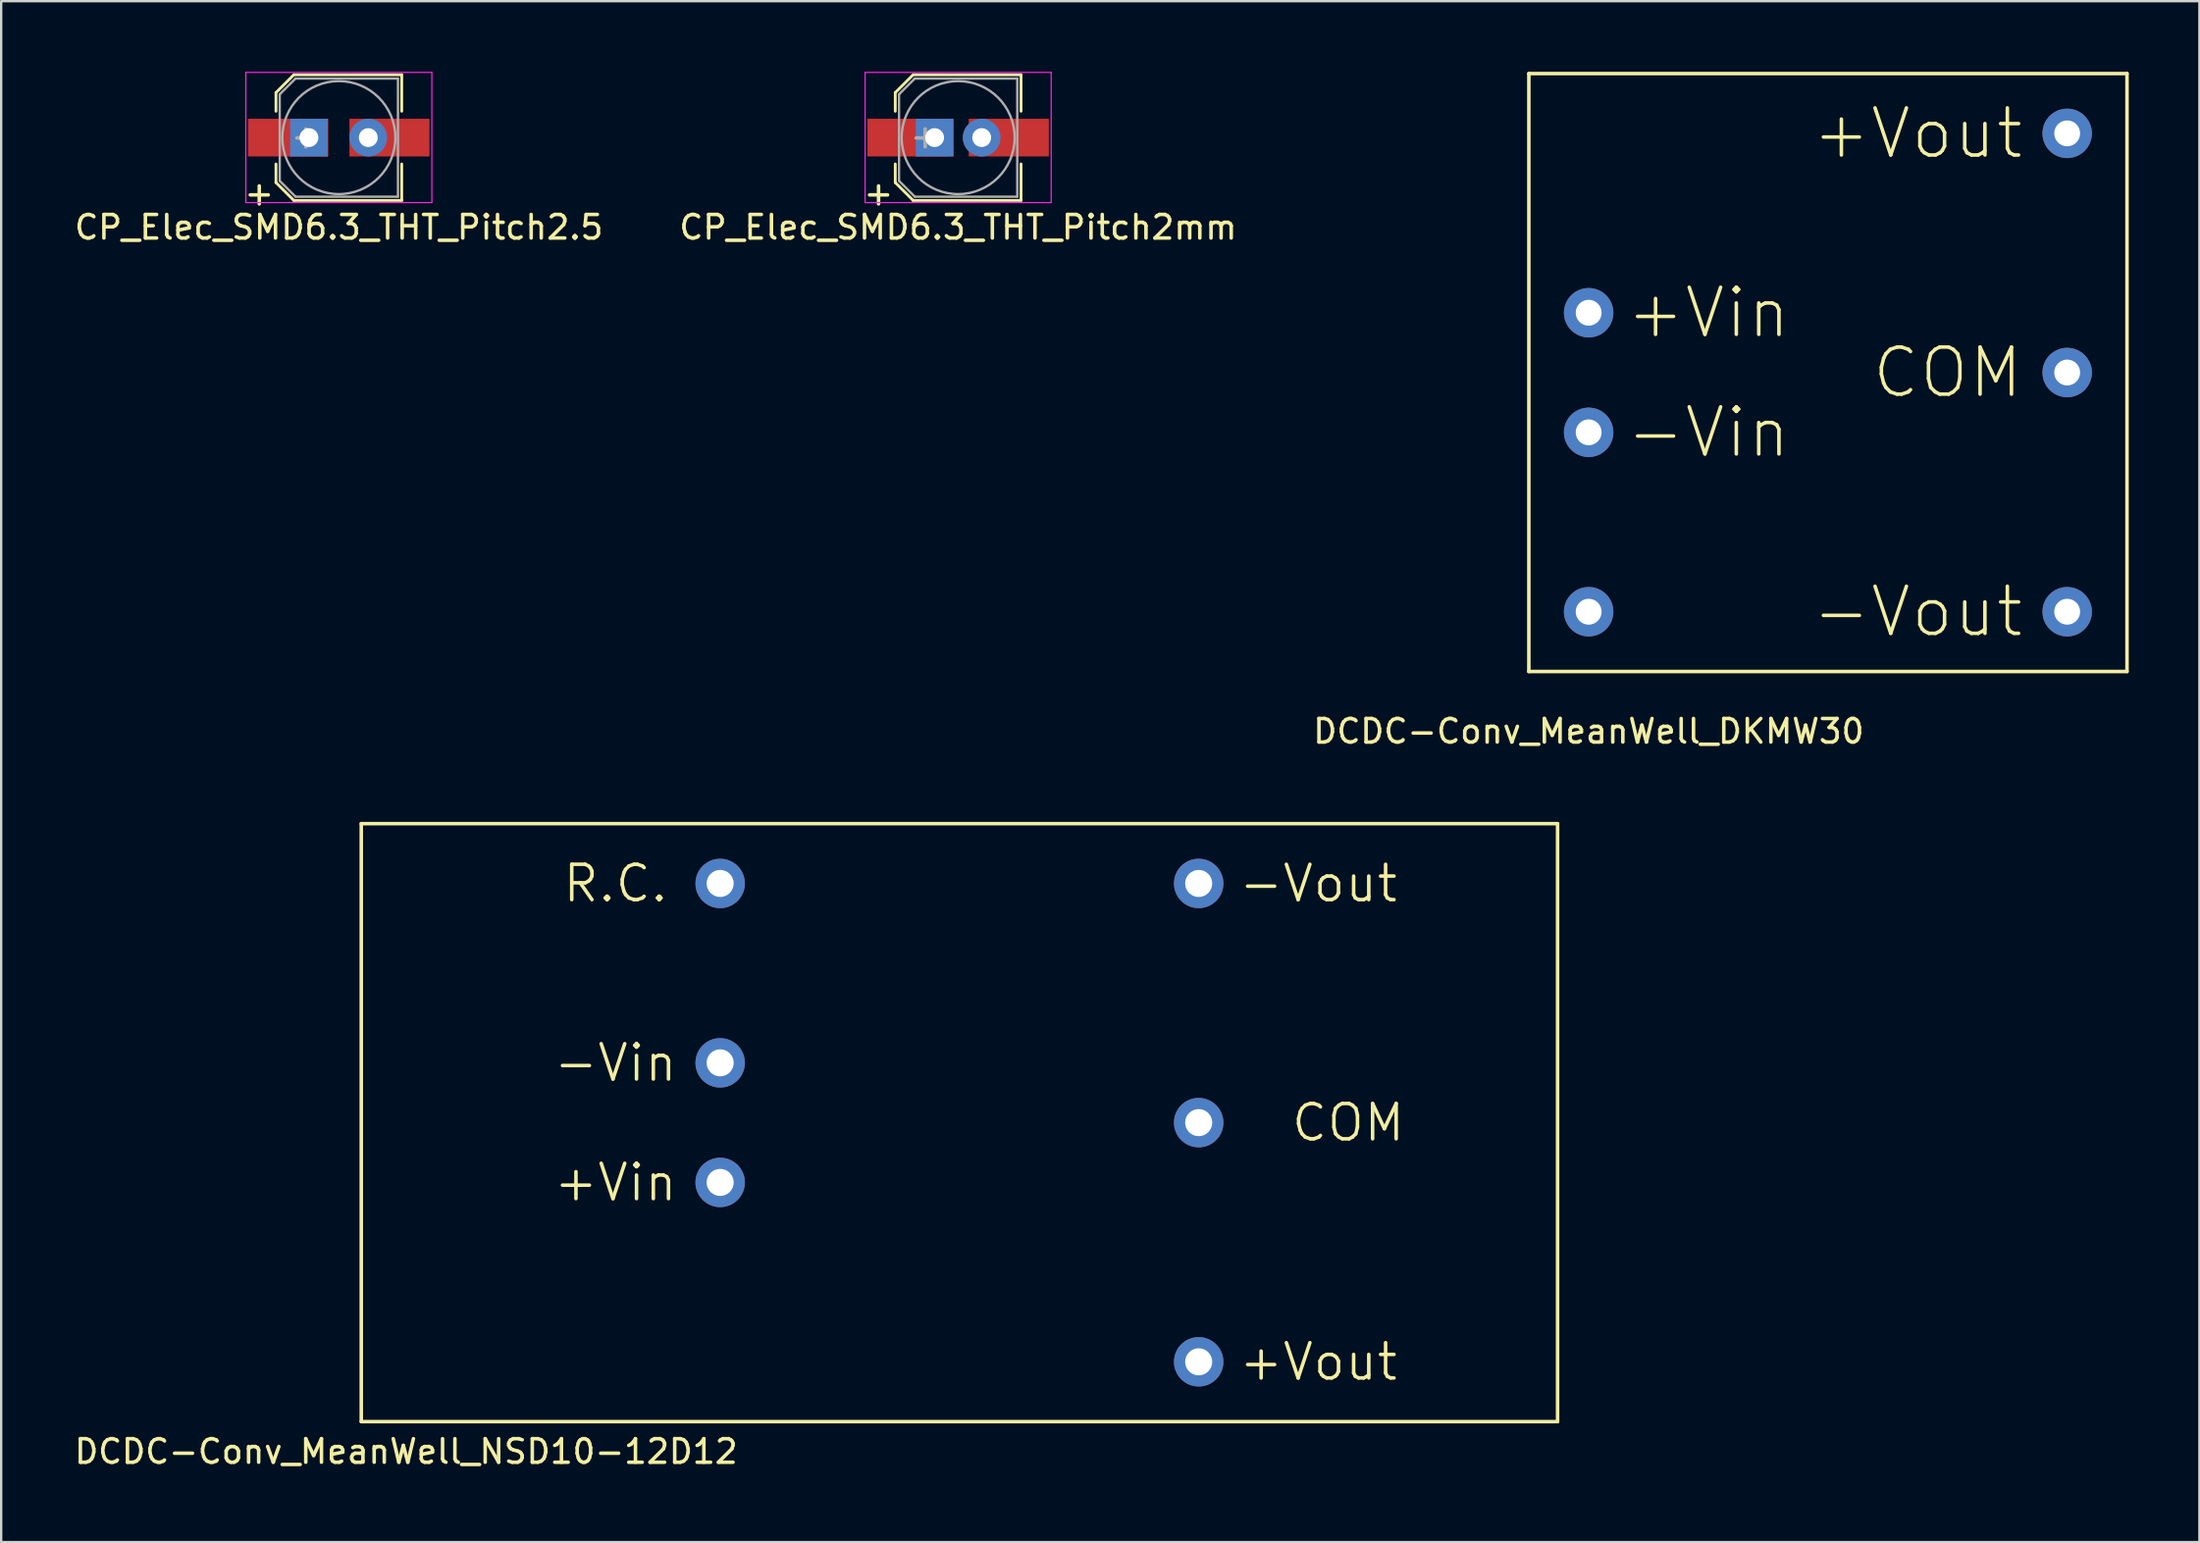
<source format=kicad_pcb>
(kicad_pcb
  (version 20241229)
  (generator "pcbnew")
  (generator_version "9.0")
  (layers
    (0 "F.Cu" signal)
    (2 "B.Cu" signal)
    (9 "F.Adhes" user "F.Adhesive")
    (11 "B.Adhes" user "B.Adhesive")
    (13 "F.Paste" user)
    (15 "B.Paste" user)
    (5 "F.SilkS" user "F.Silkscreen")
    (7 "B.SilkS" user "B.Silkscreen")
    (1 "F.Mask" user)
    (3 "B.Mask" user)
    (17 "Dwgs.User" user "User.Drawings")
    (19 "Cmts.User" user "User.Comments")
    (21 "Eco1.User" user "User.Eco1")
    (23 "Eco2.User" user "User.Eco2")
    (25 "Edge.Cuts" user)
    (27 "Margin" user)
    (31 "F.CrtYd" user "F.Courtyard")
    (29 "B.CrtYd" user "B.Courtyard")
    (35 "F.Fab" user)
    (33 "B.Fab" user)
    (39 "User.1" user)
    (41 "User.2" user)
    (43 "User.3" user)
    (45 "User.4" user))
  (footprint "DCDC-Conv_MeanWell_DKMW30"
    (layer "F.Cu")
    (at 74.571 12.775)
    (property "Reference" "DCDC-Conv_MeanWell_DKMW30" (at -10.16 15.24 0) (layer "F.SilkS") (effects (font (size 1 1) (thickness 0.15))))
    (attr through_hole)
    (fp_line (start -12.7 -12.7) (end -12.7 12.7) (stroke (width 0.15) (type solid)) (layer "F.SilkS"))
    (fp_line (start -12.7 12.7) (end 12.7 12.7) (stroke (width 0.15) (type solid)) (layer "F.SilkS"))
    (fp_line (start 12.7 -12.7) (end -12.7 -12.7) (stroke (width 0.15) (type solid)) (layer "F.SilkS"))
    (fp_line (start 12.7 12.7) (end 12.7 -12.7) (stroke (width 0.15) (type solid)) (layer "F.SilkS"))
    (fp_text user "-Vin" (at -5.08 2.54 0) (layer "F.SilkS") (effects (font (size 2 2) (thickness 0.15))))
    (fp_text user "COM" (at 5.08 0 0) (layer "F.SilkS") (effects (font (size 2 2) (thickness 0.15))))
    (fp_text user "+Vin" (at -5.08 -2.54 0) (layer "F.SilkS") (effects (font (size 2 2) (thickness 0.15))))
    (fp_text user "-Vout" (at 3.81 10.16 0) (layer "F.SilkS") (effects (font (size 2 2) (thickness 0.15))))
    (fp_text user "+Vout" (at 3.81 -10.16 0) (layer "F.SilkS") (effects (font (size 2 2) (thickness 0.15))))
    (pad "1" thru_hole circle (at -10.16 -2.54 90) (size 2.1 2.1) (drill 1.1) (layers "*.Cu" "*.Mask"))
    (pad "2" thru_hole circle (at -10.16 2.54 90) (size 2.1 2.1) (drill 1.1) (layers "*.Cu" "*.Mask"))
    (pad "3" thru_hole circle (at 10.16 -10.16 90) (size 2.1 2.1) (drill 1.1) (layers "*.Cu" "*.Mask"))
    (pad "4" thru_hole circle (at 10.16 0 90) (size 2.1 2.1) (drill 1.1) (layers "*.Cu" "*.Mask"))
    (pad "5" thru_hole circle (at 10.16 10.16 90) (size 2.1 2.1) (drill 1.1) (layers "*.Cu" "*.Mask"))
    (pad "6" thru_hole circle (at -10.16 10.16 90) (size 2.1 2.1) (drill 1.1) (layers "*.Cu" "*.Mask")))
  (footprint "CP_Elec_SMD6.3_THT_Pitch2.5"
    (layer "F.Cu")
    (at 11.339 2.795)
    (property "Reference" "CP_Elec_SMD6.3_THT_Pitch2.5" (at 0 3.81 0) (layer "F.SilkS") (effects (font (size 1 1) (thickness 0.15))))
    (attr through_hole)
    (fp_line (start -2.67 -1.91) (end -2.67 -1.12) (stroke (width 0.12) (type solid)) (layer "F.SilkS"))
    (fp_line (start -2.67 1.91) (end -2.67 1.12) (stroke (width 0.12) (type solid)) (layer "F.SilkS"))
    (fp_line (start -2.67 1.91) (end -1.91 2.67) (stroke (width 0.12) (type solid)) (layer "F.SilkS"))
    (fp_line (start -1.91 -2.67) (end -2.67 -1.91) (stroke (width 0.12) (type solid)) (layer "F.SilkS"))
    (fp_line (start -1.91 2.67) (end 2.67 2.67) (stroke (width 0.12) (type solid)) (layer "F.SilkS"))
    (fp_line (start 2.67 -2.67) (end -1.91 -2.67) (stroke (width 0.12) (type solid)) (layer "F.SilkS"))
    (fp_line (start 2.67 -2.67) (end 2.67 -1.12) (stroke (width 0.12) (type solid)) (layer "F.SilkS"))
    (fp_line (start 2.67 2.67) (end 2.67 1.12) (stroke (width 0.12) (type solid)) (layer "F.SilkS"))
    (fp_line (start -3.95 -2.77) (end -3.95 2.76) (stroke (width 0.05) (type solid)) (layer "F.CrtYd"))
    (fp_line (start -3.95 -2.77) (end 3.95 -2.77) (stroke (width 0.05) (type solid)) (layer "F.CrtYd"))
    (fp_line (start 3.95 2.76) (end -3.95 2.76) (stroke (width 0.05) (type solid)) (layer "F.CrtYd"))
    (fp_line (start 3.95 2.76) (end 3.95 -2.77) (stroke (width 0.05) (type solid)) (layer "F.CrtYd"))
    (fp_line (start -2.51 -1.84) (end -2.51 1.84) (stroke (width 0.1) (type solid)) (layer "F.Fab"))
    (fp_line (start -2.51 1.84) (end -1.84 2.51) (stroke (width 0.1) (type solid)) (layer "F.Fab"))
    (fp_line (start -1.84 -2.51) (end -2.51 -1.84) (stroke (width 0.1) (type solid)) (layer "F.Fab"))
    (fp_line (start -1.84 2.51) (end 2.51 2.51) (stroke (width 0.1) (type solid)) (layer "F.Fab"))
    (fp_line (start 2.51 -2.51) (end -1.84 -2.51) (stroke (width 0.1) (type solid)) (layer "F.Fab"))
    (fp_line (start 2.51 2.51) (end 2.51 -2.51) (stroke (width 0.1) (type solid)) (layer "F.Fab"))
    (fp_circle (center 0 0) (end 0 2.4) (stroke (width 0.1) (type solid)) (fill no) (layer "F.Fab"))
    (fp_text user "+" (at -3.38 2.36 0) (layer "F.SilkS") (effects (font (size 1 1) (thickness 0.15))))
    (fp_text user "+" (at -1.4 -0.06 0) (layer "F.Fab") (effects (font (size 1 1) (thickness 0.15))))
    (pad "1" thru_hole rect (at -1.27 0) (size 1.6 1.6) (drill 0.8) (layers "*.Cu" "*.Mask"))
    (pad "1" smd rect (at -1.25 0 180) (size 3.4 1.6) (drill (offset 0.9 0)) (layers "F.Cu" "F.Mask" "F.Paste"))
    (pad "2" thru_hole circle (at 1.25 0) (size 1.6 1.6) (drill 0.8) (layers "*.Cu" "*.Mask"))
    (pad "2" smd rect (at 1.25 0 180) (size 3.4 1.6) (drill (offset -0.9 0)) (layers "F.Cu" "F.Mask" "F.Paste")))
  (footprint "CP_Elec_SMD6.3_THT_Pitch2mm"
    (layer "F.Cu")
    (at 37.637 2.795)
    (property "Reference" "CP_Elec_SMD6.3_THT_Pitch2mm" (at 0 3.81 0) (layer "F.SilkS") (effects (font (size 1 1) (thickness 0.15))))
    (attr through_hole)
    (fp_line (start -2.67 -1.91) (end -2.67 -1.12) (stroke (width 0.12) (type solid)) (layer "F.SilkS"))
    (fp_line (start -2.67 1.91) (end -2.67 1.12) (stroke (width 0.12) (type solid)) (layer "F.SilkS"))
    (fp_line (start -2.67 1.91) (end -1.91 2.67) (stroke (width 0.12) (type solid)) (layer "F.SilkS"))
    (fp_line (start -1.91 -2.67) (end -2.67 -1.91) (stroke (width 0.12) (type solid)) (layer "F.SilkS"))
    (fp_line (start -1.91 2.67) (end 2.67 2.67) (stroke (width 0.12) (type solid)) (layer "F.SilkS"))
    (fp_line (start 2.67 -2.67) (end -1.91 -2.67) (stroke (width 0.12) (type solid)) (layer "F.SilkS"))
    (fp_line (start 2.67 -2.67) (end 2.67 -1.12) (stroke (width 0.12) (type solid)) (layer "F.SilkS"))
    (fp_line (start 2.67 2.67) (end 2.67 1.12) (stroke (width 0.12) (type solid)) (layer "F.SilkS"))
    (fp_line (start -3.95 -2.77) (end -3.95 2.76) (stroke (width 0.05) (type solid)) (layer "F.CrtYd"))
    (fp_line (start -3.95 -2.77) (end 3.95 -2.77) (stroke (width 0.05) (type solid)) (layer "F.CrtYd"))
    (fp_line (start 3.95 2.76) (end -3.95 2.76) (stroke (width 0.05) (type solid)) (layer "F.CrtYd"))
    (fp_line (start 3.95 2.76) (end 3.95 -2.77) (stroke (width 0.05) (type solid)) (layer "F.CrtYd"))
    (fp_line (start -2.51 -1.84) (end -2.51 1.84) (stroke (width 0.1) (type solid)) (layer "F.Fab"))
    (fp_line (start -2.51 1.84) (end -1.84 2.51) (stroke (width 0.1) (type solid)) (layer "F.Fab"))
    (fp_line (start -1.84 -2.51) (end -2.51 -1.84) (stroke (width 0.1) (type solid)) (layer "F.Fab"))
    (fp_line (start -1.84 2.51) (end 2.51 2.51) (stroke (width 0.1) (type solid)) (layer "F.Fab"))
    (fp_line (start 2.51 -2.51) (end -1.84 -2.51) (stroke (width 0.1) (type solid)) (layer "F.Fab"))
    (fp_line (start 2.51 2.51) (end 2.51 -2.51) (stroke (width 0.1) (type solid)) (layer "F.Fab"))
    (fp_circle (center 0 0) (end 0 2.4) (stroke (width 0.1) (type solid)) (fill no) (layer "F.Fab"))
    (fp_text user "+" (at -3.38 2.36 0) (layer "F.SilkS") (effects (font (size 1 1) (thickness 0.15))))
    (fp_text user "+" (at -1.4 -0.06 0) (layer "F.Fab") (effects (font (size 1 1) (thickness 0.15))))
    (pad "1" smd rect (at -1.25 0 180) (size 3.4 1.6) (drill (offset 0.9 0)) (layers "F.Cu" "F.Mask" "F.Paste"))
    (pad "1" thru_hole rect (at -1 0) (size 1.6 1.6) (drill 0.8) (layers "*.Cu" "*.Mask"))
    (pad "2" thru_hole circle (at 1 0) (size 1.6 1.6) (drill 0.8) (layers "*.Cu" "*.Mask"))
    (pad "2" smd rect (at 1.25 0 180) (size 3.4 1.6) (drill (offset -0.9 0)) (layers "F.Cu" "F.Mask" "F.Paste")))
  (footprint "DCDC-Conv_MeanWell_NSD10-12D12"
    (layer "F.Cu")
    (at 37.691 44.638)
    (property "Reference" "DCDC-Conv_MeanWell_NSD10-12D12" (at -23.495 13.97 0) (layer "F.SilkS") (effects (font (size 1 1) (thickness 0.15))))
    (attr through_hole)
    (fp_line (start -25.4 -12.7) (end -25.4 12.7) (stroke (width 0.15) (type solid)) (layer "F.SilkS"))
    (fp_line (start -25.4 12.7) (end 25.4 12.7) (stroke (width 0.15) (type solid)) (layer "F.SilkS"))
    (fp_line (start 25.4 -12.7) (end -25.4 -12.7) (stroke (width 0.15) (type solid)) (layer "F.SilkS"))
    (fp_line (start 25.4 12.7) (end 25.4 -12.7) (stroke (width 0.15) (type solid)) (layer "F.SilkS"))
    (fp_text user "R.C." (at -14.605 -10.16 0) (layer "F.SilkS") (effects (font (size 1.5 1.5) (thickness 0.15))))
    (fp_text user "COM" (at 16.51 0 0) (layer "F.SilkS") (effects (font (size 1.5 1.5) (thickness 0.15))))
    (fp_text user "+Vout" (at 15.24 10.16 0) (layer "F.SilkS") (effects (font (size 1.5 1.5) (thickness 0.15))))
    (fp_text user "-Vout" (at 15.24 -10.16 0) (layer "F.SilkS") (effects (font (size 1.5 1.5) (thickness 0.15))))
    (fp_text user "+Vin" (at -14.605 2.54 0) (layer "F.SilkS") (effects (font (size 1.5 1.5) (thickness 0.15))))
    (fp_text user "-Vin" (at -14.605 -2.54 0) (layer "F.SilkS") (effects (font (size 1.5 1.5) (thickness 0.15))))
    (pad "1" thru_hole circle (at -10.16 2.54 90) (size 2.1 2.1) (drill 1.15) (layers "*.Cu" "*.Mask"))
    (pad "2" thru_hole circle (at -10.16 -2.54 90) (size 2.1 2.1) (drill 1.15) (layers "*.Cu" "*.Mask"))
    (pad "3" thru_hole circle (at 10.16 10.16 90) (size 2.1 2.1) (drill 1.15) (layers "*.Cu" "*.Mask"))
    (pad "4" thru_hole circle (at 10.16 0 90) (size 2.1 2.1) (drill 1.15) (layers "*.Cu" "*.Mask"))
    (pad "5" thru_hole circle (at 10.16 -10.16 90) (size 2.1 2.1) (drill 1.15) (layers "*.Cu" "*.Mask"))
    (pad "6" thru_hole circle (at -10.16 -10.16 90) (size 2.1 2.1) (drill 1.15) (layers "*.Cu" "*.Mask")))
  (gr_rect
    (start -3 -3)
    (end 90.346 62.456)
    (stroke (width 0.1) (type default))
    (fill no)
    (layer "Edge.Cuts")))
</source>
